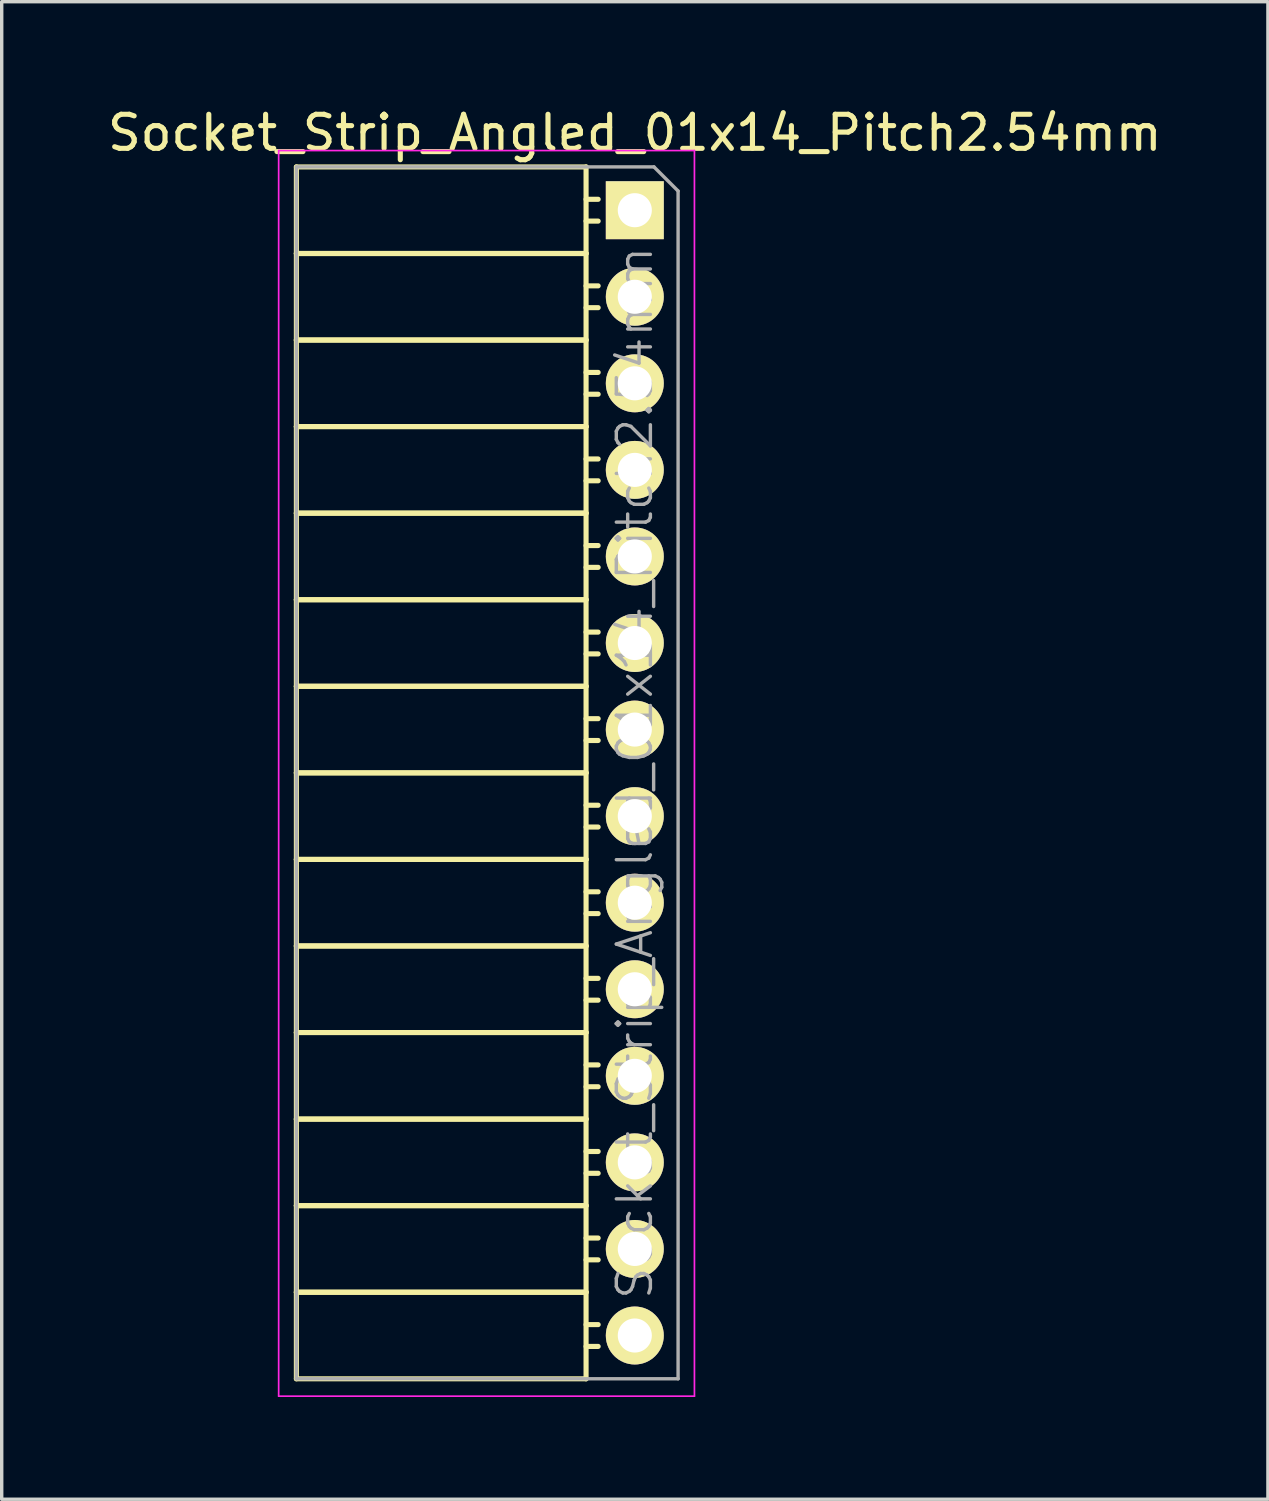
<source format=kicad_pcb>
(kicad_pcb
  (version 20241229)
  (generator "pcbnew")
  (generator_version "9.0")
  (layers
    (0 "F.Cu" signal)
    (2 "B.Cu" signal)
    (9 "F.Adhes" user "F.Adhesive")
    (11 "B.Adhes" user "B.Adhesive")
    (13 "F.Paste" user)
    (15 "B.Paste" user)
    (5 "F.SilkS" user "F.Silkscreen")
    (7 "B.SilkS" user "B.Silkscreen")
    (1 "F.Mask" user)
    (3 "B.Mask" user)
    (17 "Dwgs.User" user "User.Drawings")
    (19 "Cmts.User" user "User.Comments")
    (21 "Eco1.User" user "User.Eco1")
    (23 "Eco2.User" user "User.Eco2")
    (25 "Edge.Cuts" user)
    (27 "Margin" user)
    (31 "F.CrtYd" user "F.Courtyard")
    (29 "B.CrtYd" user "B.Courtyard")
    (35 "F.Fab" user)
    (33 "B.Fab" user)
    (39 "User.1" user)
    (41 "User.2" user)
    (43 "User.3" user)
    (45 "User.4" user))
  (footprint "Socket_Strip_Angled_01x14_Pitch2.54mm"
    (layer "F.Cu")
    (at 15.577 3.118)
    (property "Reference" "Socket_Strip_Angled_01x14_Pitch2.54mm" (at 0 -2.27 0) (layer "F.SilkS") (effects (font (size 1 1) (thickness 0.15))))
    (attr smd)
    (fp_line (start -9.93 -1.27) (end -9.93 1.27) (stroke (width 0.15) (type solid)) (layer "F.SilkS"))
    (fp_line (start -9.93 -1.27) (end -1.43 -1.27) (stroke (width 0.15) (type solid)) (layer "F.SilkS"))
    (fp_line (start -9.93 1.27) (end -9.93 3.81) (stroke (width 0.15) (type solid)) (layer "F.SilkS"))
    (fp_line (start -9.93 1.27) (end -1.43 1.27) (stroke (width 0.15) (type solid)) (layer "F.SilkS"))
    (fp_line (start -9.93 1.27) (end -1.43 1.27) (stroke (width 0.15) (type solid)) (layer "F.SilkS"))
    (fp_line (start -9.93 3.81) (end -9.93 6.35) (stroke (width 0.15) (type solid)) (layer "F.SilkS"))
    (fp_line (start -9.93 3.81) (end -1.43 3.81) (stroke (width 0.15) (type solid)) (layer "F.SilkS"))
    (fp_line (start -9.93 3.81) (end -1.43 3.81) (stroke (width 0.15) (type solid)) (layer "F.SilkS"))
    (fp_line (start -9.93 6.35) (end -9.93 8.89) (stroke (width 0.15) (type solid)) (layer "F.SilkS"))
    (fp_line (start -9.93 6.35) (end -1.43 6.35) (stroke (width 0.15) (type solid)) (layer "F.SilkS"))
    (fp_line (start -9.93 6.35) (end -1.43 6.35) (stroke (width 0.15) (type solid)) (layer "F.SilkS"))
    (fp_line (start -9.93 8.89) (end -9.93 11.43) (stroke (width 0.15) (type solid)) (layer "F.SilkS"))
    (fp_line (start -9.93 8.89) (end -1.43 8.89) (stroke (width 0.15) (type solid)) (layer "F.SilkS"))
    (fp_line (start -9.93 8.89) (end -1.43 8.89) (stroke (width 0.15) (type solid)) (layer "F.SilkS"))
    (fp_line (start -9.93 11.43) (end -9.93 13.97) (stroke (width 0.15) (type solid)) (layer "F.SilkS"))
    (fp_line (start -9.93 11.43) (end -1.43 11.43) (stroke (width 0.15) (type solid)) (layer "F.SilkS"))
    (fp_line (start -9.93 11.43) (end -1.43 11.43) (stroke (width 0.15) (type solid)) (layer "F.SilkS"))
    (fp_line (start -9.93 13.97) (end -9.93 16.51) (stroke (width 0.15) (type solid)) (layer "F.SilkS"))
    (fp_line (start -9.93 13.97) (end -1.43 13.97) (stroke (width 0.15) (type solid)) (layer "F.SilkS"))
    (fp_line (start -9.93 13.97) (end -1.43 13.97) (stroke (width 0.15) (type solid)) (layer "F.SilkS"))
    (fp_line (start -9.93 16.51) (end -9.93 19.05) (stroke (width 0.15) (type solid)) (layer "F.SilkS"))
    (fp_line (start -9.93 16.51) (end -1.43 16.51) (stroke (width 0.15) (type solid)) (layer "F.SilkS"))
    (fp_line (start -9.93 16.51) (end -1.43 16.51) (stroke (width 0.15) (type solid)) (layer "F.SilkS"))
    (fp_line (start -9.93 19.05) (end -9.93 21.59) (stroke (width 0.15) (type solid)) (layer "F.SilkS"))
    (fp_line (start -9.93 19.05) (end -1.43 19.05) (stroke (width 0.15) (type solid)) (layer "F.SilkS"))
    (fp_line (start -9.93 19.05) (end -1.43 19.05) (stroke (width 0.15) (type solid)) (layer "F.SilkS"))
    (fp_line (start -9.93 21.59) (end -9.93 24.13) (stroke (width 0.15) (type solid)) (layer "F.SilkS"))
    (fp_line (start -9.93 21.59) (end -1.43 21.59) (stroke (width 0.15) (type solid)) (layer "F.SilkS"))
    (fp_line (start -9.93 21.59) (end -1.43 21.59) (stroke (width 0.15) (type solid)) (layer "F.SilkS"))
    (fp_line (start -9.93 24.13) (end -9.93 26.67) (stroke (width 0.15) (type solid)) (layer "F.SilkS"))
    (fp_line (start -9.93 24.13) (end -1.43 24.13) (stroke (width 0.15) (type solid)) (layer "F.SilkS"))
    (fp_line (start -9.93 24.13) (end -1.43 24.13) (stroke (width 0.15) (type solid)) (layer "F.SilkS"))
    (fp_line (start -9.93 26.67) (end -9.93 29.21) (stroke (width 0.15) (type solid)) (layer "F.SilkS"))
    (fp_line (start -9.93 26.67) (end -1.43 26.67) (stroke (width 0.15) (type solid)) (layer "F.SilkS"))
    (fp_line (start -9.93 26.67) (end -1.43 26.67) (stroke (width 0.15) (type solid)) (layer "F.SilkS"))
    (fp_line (start -9.93 29.21) (end -9.93 31.75) (stroke (width 0.15) (type solid)) (layer "F.SilkS"))
    (fp_line (start -9.93 29.21) (end -1.43 29.21) (stroke (width 0.15) (type solid)) (layer "F.SilkS"))
    (fp_line (start -9.93 29.21) (end -1.43 29.21) (stroke (width 0.15) (type solid)) (layer "F.SilkS"))
    (fp_line (start -9.93 31.75) (end -9.93 34.29) (stroke (width 0.15) (type solid)) (layer "F.SilkS"))
    (fp_line (start -9.93 31.75) (end -1.43 31.75) (stroke (width 0.15) (type solid)) (layer "F.SilkS"))
    (fp_line (start -9.93 31.75) (end -1.43 31.75) (stroke (width 0.15) (type solid)) (layer "F.SilkS"))
    (fp_line (start -9.93 34.29) (end -1.43 34.29) (stroke (width 0.15) (type solid)) (layer "F.SilkS"))
    (fp_line (start -1.43 -1.27) (end -1.43 1.27) (stroke (width 0.15) (type solid)) (layer "F.SilkS"))
    (fp_line (start -1.43 -0.32) (end -1.075 -0.32) (stroke (width 0.15) (type solid)) (layer "F.SilkS"))
    (fp_line (start -1.43 0.32) (end -1.075 0.32) (stroke (width 0.15) (type solid)) (layer "F.SilkS"))
    (fp_line (start -1.43 1.27) (end -1.43 3.81) (stroke (width 0.15) (type solid)) (layer "F.SilkS"))
    (fp_line (start -1.43 2.22) (end -1.075 2.22) (stroke (width 0.15) (type solid)) (layer "F.SilkS"))
    (fp_line (start -1.43 2.86) (end -1.075 2.86) (stroke (width 0.15) (type solid)) (layer "F.SilkS"))
    (fp_line (start -1.43 3.81) (end -1.43 6.35) (stroke (width 0.15) (type solid)) (layer "F.SilkS"))
    (fp_line (start -1.43 4.76) (end -1.075 4.76) (stroke (width 0.15) (type solid)) (layer "F.SilkS"))
    (fp_line (start -1.43 5.4) (end -1.075 5.4) (stroke (width 0.15) (type solid)) (layer "F.SilkS"))
    (fp_line (start -1.43 6.35) (end -1.43 8.89) (stroke (width 0.15) (type solid)) (layer "F.SilkS"))
    (fp_line (start -1.43 7.3) (end -1.075 7.3) (stroke (width 0.15) (type solid)) (layer "F.SilkS"))
    (fp_line (start -1.43 7.94) (end -1.075 7.94) (stroke (width 0.15) (type solid)) (layer "F.SilkS"))
    (fp_line (start -1.43 8.89) (end -1.43 11.43) (stroke (width 0.15) (type solid)) (layer "F.SilkS"))
    (fp_line (start -1.43 9.84) (end -1.075 9.84) (stroke (width 0.15) (type solid)) (layer "F.SilkS"))
    (fp_line (start -1.43 10.48) (end -1.075 10.48) (stroke (width 0.15) (type solid)) (layer "F.SilkS"))
    (fp_line (start -1.43 11.43) (end -1.43 13.97) (stroke (width 0.15) (type solid)) (layer "F.SilkS"))
    (fp_line (start -1.43 12.38) (end -1.075 12.38) (stroke (width 0.15) (type solid)) (layer "F.SilkS"))
    (fp_line (start -1.43 13.02) (end -1.075 13.02) (stroke (width 0.15) (type solid)) (layer "F.SilkS"))
    (fp_line (start -1.43 13.97) (end -1.43 16.51) (stroke (width 0.15) (type solid)) (layer "F.SilkS"))
    (fp_line (start -1.43 14.92) (end -1.075 14.92) (stroke (width 0.15) (type solid)) (layer "F.SilkS"))
    (fp_line (start -1.43 15.56) (end -1.075 15.56) (stroke (width 0.15) (type solid)) (layer "F.SilkS"))
    (fp_line (start -1.43 16.51) (end -1.43 19.05) (stroke (width 0.15) (type solid)) (layer "F.SilkS"))
    (fp_line (start -1.43 17.46) (end -1.075 17.46) (stroke (width 0.15) (type solid)) (layer "F.SilkS"))
    (fp_line (start -1.43 18.1) (end -1.075 18.1) (stroke (width 0.15) (type solid)) (layer "F.SilkS"))
    (fp_line (start -1.43 19.05) (end -1.43 21.59) (stroke (width 0.15) (type solid)) (layer "F.SilkS"))
    (fp_line (start -1.43 20) (end -1.075 20) (stroke (width 0.15) (type solid)) (layer "F.SilkS"))
    (fp_line (start -1.43 20.64) (end -1.075 20.64) (stroke (width 0.15) (type solid)) (layer "F.SilkS"))
    (fp_line (start -1.43 21.59) (end -1.43 24.13) (stroke (width 0.15) (type solid)) (layer "F.SilkS"))
    (fp_line (start -1.43 22.54) (end -1.075 22.54) (stroke (width 0.15) (type solid)) (layer "F.SilkS"))
    (fp_line (start -1.43 23.18) (end -1.075 23.18) (stroke (width 0.15) (type solid)) (layer "F.SilkS"))
    (fp_line (start -1.43 24.13) (end -1.43 26.67) (stroke (width 0.15) (type solid)) (layer "F.SilkS"))
    (fp_line (start -1.43 25.08) (end -1.075 25.08) (stroke (width 0.15) (type solid)) (layer "F.SilkS"))
    (fp_line (start -1.43 25.72) (end -1.075 25.72) (stroke (width 0.15) (type solid)) (layer "F.SilkS"))
    (fp_line (start -1.43 26.67) (end -1.43 29.21) (stroke (width 0.15) (type solid)) (layer "F.SilkS"))
    (fp_line (start -1.43 27.62) (end -1.075 27.62) (stroke (width 0.15) (type solid)) (layer "F.SilkS"))
    (fp_line (start -1.43 28.26) (end -1.075 28.26) (stroke (width 0.15) (type solid)) (layer "F.SilkS"))
    (fp_line (start -1.43 29.21) (end -1.43 31.75) (stroke (width 0.15) (type solid)) (layer "F.SilkS"))
    (fp_line (start -1.43 30.16) (end -1.075 30.16) (stroke (width 0.15) (type solid)) (layer "F.SilkS"))
    (fp_line (start -1.43 30.8) (end -1.075 30.8) (stroke (width 0.15) (type solid)) (layer "F.SilkS"))
    (fp_line (start -1.43 31.75) (end -1.43 34.29) (stroke (width 0.15) (type solid)) (layer "F.SilkS"))
    (fp_line (start -1.43 32.7) (end -1.075 32.7) (stroke (width 0.15) (type solid)) (layer "F.SilkS"))
    (fp_line (start -1.43 33.34) (end -1.075 33.34) (stroke (width 0.15) (type solid)) (layer "F.SilkS"))
    (fp_line (start -10.45 -1.75) (end 1.75 -1.75) (stroke (width 0.05) (type solid)) (layer "F.CrtYd"))
    (fp_line (start -10.45 34.8) (end -10.45 -1.75) (stroke (width 0.05) (type solid)) (layer "F.CrtYd"))
    (fp_line (start -10.45 34.8) (end 1.75 34.8) (stroke (width 0.05) (type solid)) (layer "F.CrtYd"))
    (fp_line (start 1.75 34.8) (end 1.75 -1.75) (stroke (width 0.05) (type solid)) (layer "F.CrtYd"))
    (fp_line (start -9.93 -1.27) (end 0.563 -1.27) (stroke (width 0.1) (type solid)) (layer "F.Fab"))
    (fp_line (start -9.93 34.29) (end -9.93 -1.27) (stroke (width 0.1) (type solid)) (layer "F.Fab"))
    (fp_line (start -9.93 34.29) (end 1.27 34.29) (stroke (width 0.1) (type solid)) (layer "F.Fab"))
    (fp_line (start 1.27 -0.563) (end 0.563 -1.27) (stroke (width 0.1) (type solid)) (layer "F.Fab"))
    (fp_line (start 1.27 34.29) (end 1.27 -0.563) (stroke (width 0.1) (type solid)) (layer "F.Fab"))
    (fp_text user "${REFERENCE}" (at 0 16.51 90) (layer "F.Fab") (effects (font (size 1 1) (thickness 0.1))))
    (pad "1" thru_hole rect (at 0 0) (size 1.7 1.7) (drill 1) (layers "*.Cu" "*.Mask" "F.SilkS"))
    (pad "2" thru_hole oval (at 0 2.54) (size 1.7 1.7) (drill 1) (layers "*.Cu" "*.Mask" "F.SilkS"))
    (pad "3" thru_hole oval (at 0 5.08) (size 1.7 1.7) (drill 1) (layers "*.Cu" "*.Mask" "F.SilkS"))
    (pad "4" thru_hole oval (at 0 7.62) (size 1.7 1.7) (drill 1) (layers "*.Cu" "*.Mask" "F.SilkS"))
    (pad "5" thru_hole oval (at 0 10.16) (size 1.7 1.7) (drill 1) (layers "*.Cu" "*.Mask" "F.SilkS"))
    (pad "6" thru_hole oval (at 0 12.7) (size 1.7 1.7) (drill 1) (layers "*.Cu" "*.Mask" "F.SilkS"))
    (pad "7" thru_hole oval (at 0 15.24) (size 1.7 1.7) (drill 1) (layers "*.Cu" "*.Mask" "F.SilkS"))
    (pad "8" thru_hole oval (at 0 17.78) (size 1.7 1.7) (drill 1) (layers "*.Cu" "*.Mask" "F.SilkS"))
    (pad "9" thru_hole oval (at 0 20.32) (size 1.7 1.7) (drill 1) (layers "*.Cu" "*.Mask" "F.SilkS"))
    (pad "10" thru_hole oval (at 0 22.86) (size 1.7 1.7) (drill 1) (layers "*.Cu" "*.Mask" "F.SilkS"))
    (pad "11" thru_hole oval (at 0 25.4) (size 1.7 1.7) (drill 1) (layers "*.Cu" "*.Mask" "F.SilkS"))
    (pad "12" thru_hole oval (at 0 27.94) (size 1.7 1.7) (drill 1) (layers "*.Cu" "*.Mask" "F.SilkS"))
    (pad "13" thru_hole oval (at 0 30.48) (size 1.7 1.7) (drill 1) (layers "*.Cu" "*.Mask" "F.SilkS"))
    (pad "14" thru_hole oval (at 0 33.02) (size 1.7 1.7) (drill 1) (layers "*.Cu" "*.Mask" "F.SilkS")))
  (gr_rect
    (start -3 -3)
    (end 34.155 40.943)
    (stroke (width 0.1) (type default))
    (fill no)
    (layer "Edge.Cuts")))
</source>
